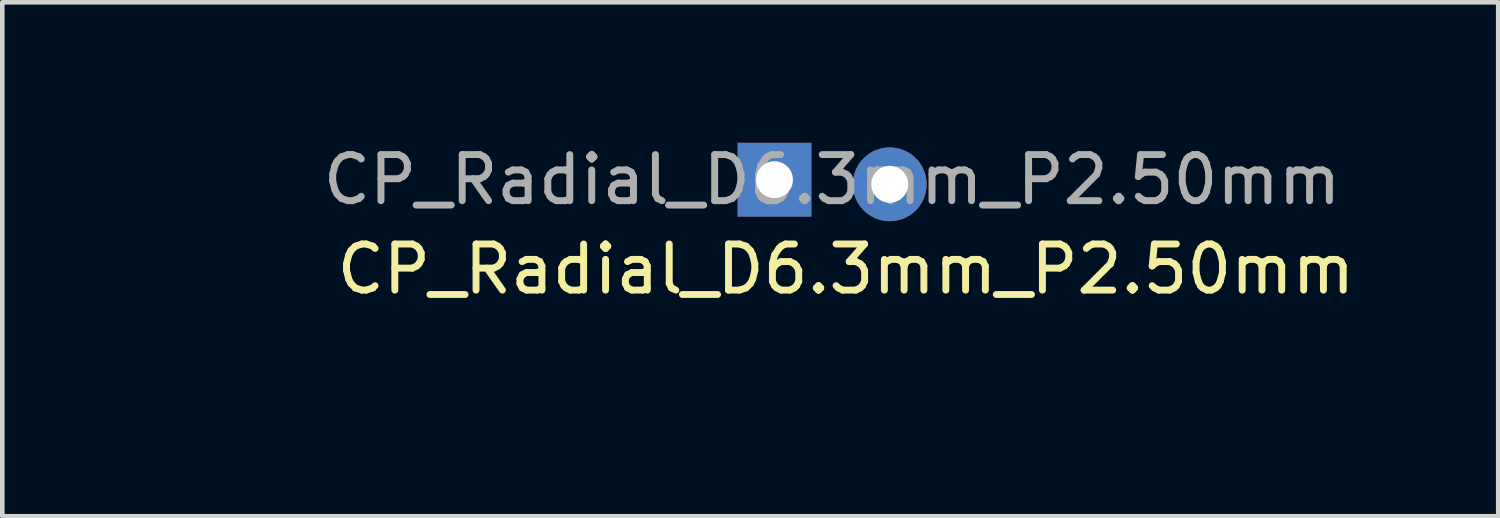
<source format=kicad_pcb>
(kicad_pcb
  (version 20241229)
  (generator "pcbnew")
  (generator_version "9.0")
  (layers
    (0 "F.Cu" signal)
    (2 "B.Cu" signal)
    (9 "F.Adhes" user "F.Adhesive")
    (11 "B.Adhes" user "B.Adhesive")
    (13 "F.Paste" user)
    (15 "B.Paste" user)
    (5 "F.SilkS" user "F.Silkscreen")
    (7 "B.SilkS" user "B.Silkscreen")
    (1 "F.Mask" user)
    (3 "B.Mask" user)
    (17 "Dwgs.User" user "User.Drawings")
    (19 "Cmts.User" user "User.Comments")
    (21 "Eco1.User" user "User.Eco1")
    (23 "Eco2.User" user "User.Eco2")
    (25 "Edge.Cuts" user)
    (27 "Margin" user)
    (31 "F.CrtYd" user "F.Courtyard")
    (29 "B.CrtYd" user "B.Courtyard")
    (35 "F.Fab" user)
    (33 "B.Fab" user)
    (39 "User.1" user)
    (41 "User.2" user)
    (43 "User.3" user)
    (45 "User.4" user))
  (footprint "CP_Radial_D6.3mm_P2.50mm"
    (layer "F.Cu")
    (at 0.25 4.898)
    (property "Reference" "CP_Radial_D6.3mm_P2.50mm" (at 15.05 -2.11 0) (layer "F.SilkS") (effects (font (size 1 1) (thickness 0.15))))
    (attr through_hole)
    (fp_text user "${REFERENCE}" (at 14.75 -4.05 0) (layer "F.Fab") (effects (font (size 1 1) (thickness 0.15))))
    (pad "1" thru_hole rect (at 13.5 -4.05) (size 1.6 1.6) (drill 0.8) (layers "*.Cu" "*.Mask"))
    (pad "2" thru_hole circle (at 16 -3.95) (size 1.6 1.6) (drill 0.8) (layers "*.Cu" "*.Mask")))
  (gr_rect
    (start -3 -3)
    (end 29.449 8.148)
    (stroke (width 0.1) (type default))
    (fill no)
    (layer "Edge.Cuts")))
</source>
